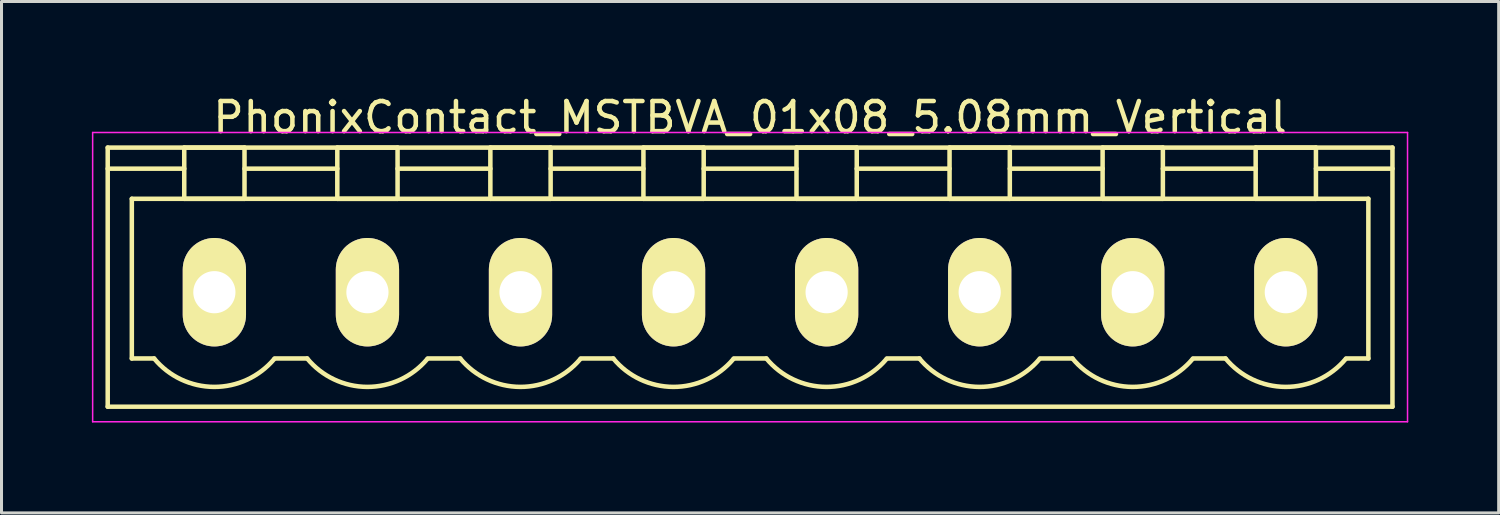
<source format=kicad_pcb>
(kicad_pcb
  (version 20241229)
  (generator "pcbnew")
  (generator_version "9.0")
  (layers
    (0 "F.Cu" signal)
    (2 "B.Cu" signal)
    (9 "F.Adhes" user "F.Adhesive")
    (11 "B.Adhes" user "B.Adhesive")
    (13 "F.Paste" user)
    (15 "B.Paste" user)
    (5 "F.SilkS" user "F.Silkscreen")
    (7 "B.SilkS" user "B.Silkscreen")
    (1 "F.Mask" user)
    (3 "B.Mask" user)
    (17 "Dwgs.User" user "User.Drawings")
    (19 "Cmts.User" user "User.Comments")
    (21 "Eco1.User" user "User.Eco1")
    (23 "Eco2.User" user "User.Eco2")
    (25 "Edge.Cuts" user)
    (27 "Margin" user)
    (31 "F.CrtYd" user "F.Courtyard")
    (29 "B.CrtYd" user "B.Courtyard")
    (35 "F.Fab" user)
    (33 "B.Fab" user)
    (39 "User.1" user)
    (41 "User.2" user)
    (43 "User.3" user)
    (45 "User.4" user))
  (footprint "PhonixContact_MSTBVA_01x08_5.08mm_Vertical"
    (layer "F.Cu")
    (at 4.065 6.648)
    (property "Reference" "PhonixContact_MSTBVA_01x08_5.08mm_Vertical" (at 17.78 -5.8 0) (layer "F.SilkS") (effects (font (size 1 1) (thickness 0.15))))
    (attr through_hole)
    (fp_line (start -3.54 -4.8) (end -3.54 3.8) (stroke (width 0.15) (type solid)) (layer "F.SilkS"))
    (fp_line (start -3.54 -4.1) (end -1 -4.1) (stroke (width 0.15) (type solid)) (layer "F.SilkS"))
    (fp_line (start -3.54 3.8) (end 39.1 3.8) (stroke (width 0.15) (type solid)) (layer "F.SilkS"))
    (fp_line (start -2.74 -3.1) (end 38.3 -3.1) (stroke (width 0.15) (type solid)) (layer "F.SilkS"))
    (fp_line (start -2.74 2.2) (end -2.74 -3.1) (stroke (width 0.15) (type solid)) (layer "F.SilkS"))
    (fp_line (start -2 2.2) (end -2.74 2.2) (stroke (width 0.15) (type solid)) (layer "F.SilkS"))
    (fp_line (start -1 -4.8) (end 1 -4.8) (stroke (width 0.15) (type solid)) (layer "F.SilkS"))
    (fp_line (start -1 -3.1) (end -1 -4.8) (stroke (width 0.15) (type solid)) (layer "F.SilkS"))
    (fp_line (start 1 -4.8) (end 1 -3.1) (stroke (width 0.15) (type solid)) (layer "F.SilkS"))
    (fp_line (start 1 -4.1) (end 4.08 -4.1) (stroke (width 0.15) (type solid)) (layer "F.SilkS"))
    (fp_line (start 1 -3.1) (end -1 -3.1) (stroke (width 0.15) (type solid)) (layer "F.SilkS"))
    (fp_line (start 2 2.2) (end 3.08 2.2) (stroke (width 0.15) (type solid)) (layer "F.SilkS"))
    (fp_line (start 4.08 -4.8) (end 6.08 -4.8) (stroke (width 0.15) (type solid)) (layer "F.SilkS"))
    (fp_line (start 4.08 -3.1) (end 4.08 -4.8) (stroke (width 0.15) (type solid)) (layer "F.SilkS"))
    (fp_line (start 6.08 -4.8) (end 6.08 -3.1) (stroke (width 0.15) (type solid)) (layer "F.SilkS"))
    (fp_line (start 6.08 -4.1) (end 9.16 -4.1) (stroke (width 0.15) (type solid)) (layer "F.SilkS"))
    (fp_line (start 6.08 -3.1) (end 4.08 -3.1) (stroke (width 0.15) (type solid)) (layer "F.SilkS"))
    (fp_line (start 7.08 2.2) (end 8.16 2.2) (stroke (width 0.15) (type solid)) (layer "F.SilkS"))
    (fp_line (start 9.16 -4.8) (end 11.16 -4.8) (stroke (width 0.15) (type solid)) (layer "F.SilkS"))
    (fp_line (start 9.16 -3.1) (end 9.16 -4.8) (stroke (width 0.15) (type solid)) (layer "F.SilkS"))
    (fp_line (start 11.16 -4.8) (end 11.16 -3.1) (stroke (width 0.15) (type solid)) (layer "F.SilkS"))
    (fp_line (start 11.16 -4.1) (end 14.24 -4.1) (stroke (width 0.15) (type solid)) (layer "F.SilkS"))
    (fp_line (start 11.16 -3.1) (end 9.16 -3.1) (stroke (width 0.15) (type solid)) (layer "F.SilkS"))
    (fp_line (start 12.16 2.2) (end 13.24 2.2) (stroke (width 0.15) (type solid)) (layer "F.SilkS"))
    (fp_line (start 14.24 -4.8) (end 16.24 -4.8) (stroke (width 0.15) (type solid)) (layer "F.SilkS"))
    (fp_line (start 14.24 -3.1) (end 14.24 -4.8) (stroke (width 0.15) (type solid)) (layer "F.SilkS"))
    (fp_line (start 16.24 -4.8) (end 16.24 -3.1) (stroke (width 0.15) (type solid)) (layer "F.SilkS"))
    (fp_line (start 16.24 -4.1) (end 19.32 -4.1) (stroke (width 0.15) (type solid)) (layer "F.SilkS"))
    (fp_line (start 16.24 -3.1) (end 14.24 -3.1) (stroke (width 0.15) (type solid)) (layer "F.SilkS"))
    (fp_line (start 17.24 2.2) (end 18.32 2.2) (stroke (width 0.15) (type solid)) (layer "F.SilkS"))
    (fp_line (start 19.32 -4.8) (end 21.32 -4.8) (stroke (width 0.15) (type solid)) (layer "F.SilkS"))
    (fp_line (start 19.32 -3.1) (end 19.32 -4.8) (stroke (width 0.15) (type solid)) (layer "F.SilkS"))
    (fp_line (start 21.32 -4.8) (end 21.32 -3.1) (stroke (width 0.15) (type solid)) (layer "F.SilkS"))
    (fp_line (start 21.32 -4.1) (end 24.4 -4.1) (stroke (width 0.15) (type solid)) (layer "F.SilkS"))
    (fp_line (start 21.32 -3.1) (end 19.32 -3.1) (stroke (width 0.15) (type solid)) (layer "F.SilkS"))
    (fp_line (start 22.32 2.2) (end 23.4 2.2) (stroke (width 0.15) (type solid)) (layer "F.SilkS"))
    (fp_line (start 24.4 -4.8) (end 26.4 -4.8) (stroke (width 0.15) (type solid)) (layer "F.SilkS"))
    (fp_line (start 24.4 -3.1) (end 24.4 -4.8) (stroke (width 0.15) (type solid)) (layer "F.SilkS"))
    (fp_line (start 26.4 -4.8) (end 26.4 -3.1) (stroke (width 0.15) (type solid)) (layer "F.SilkS"))
    (fp_line (start 26.4 -4.1) (end 29.48 -4.1) (stroke (width 0.15) (type solid)) (layer "F.SilkS"))
    (fp_line (start 26.4 -3.1) (end 24.4 -3.1) (stroke (width 0.15) (type solid)) (layer "F.SilkS"))
    (fp_line (start 27.4 2.2) (end 28.48 2.2) (stroke (width 0.15) (type solid)) (layer "F.SilkS"))
    (fp_line (start 29.48 -4.8) (end 31.48 -4.8) (stroke (width 0.15) (type solid)) (layer "F.SilkS"))
    (fp_line (start 29.48 -3.1) (end 29.48 -4.8) (stroke (width 0.15) (type solid)) (layer "F.SilkS"))
    (fp_line (start 31.48 -4.8) (end 31.48 -3.1) (stroke (width 0.15) (type solid)) (layer "F.SilkS"))
    (fp_line (start 31.48 -4.1) (end 34.56 -4.1) (stroke (width 0.15) (type solid)) (layer "F.SilkS"))
    (fp_line (start 31.48 -3.1) (end 29.48 -3.1) (stroke (width 0.15) (type solid)) (layer "F.SilkS"))
    (fp_line (start 32.48 2.2) (end 33.56 2.2) (stroke (width 0.15) (type solid)) (layer "F.SilkS"))
    (fp_line (start 34.56 -4.8) (end 36.56 -4.8) (stroke (width 0.15) (type solid)) (layer "F.SilkS"))
    (fp_line (start 34.56 -3.1) (end 34.56 -4.8) (stroke (width 0.15) (type solid)) (layer "F.SilkS"))
    (fp_line (start 36.56 -4.8) (end 36.56 -3.1) (stroke (width 0.15) (type solid)) (layer "F.SilkS"))
    (fp_line (start 36.56 -3.1) (end 34.56 -3.1) (stroke (width 0.15) (type solid)) (layer "F.SilkS"))
    (fp_line (start 38.3 -3.1) (end 38.3 2.2) (stroke (width 0.15) (type solid)) (layer "F.SilkS"))
    (fp_line (start 38.3 2.2) (end 37.56 2.2) (stroke (width 0.15) (type solid)) (layer "F.SilkS"))
    (fp_line (start 39.1 -4.8) (end -3.54 -4.8) (stroke (width 0.15) (type solid)) (layer "F.SilkS"))
    (fp_line (start 39.1 -4.1) (end 36.56 -4.1) (stroke (width 0.15) (type solid)) (layer "F.SilkS"))
    (fp_line (start 39.1 3.8) (end 39.1 -4.8) (stroke (width 0.15) (type solid)) (layer "F.SilkS"))
    (fp_arc (start 1.986842 2.215821) (mid -0.010289 3.142758) (end -2 2.2) (stroke (width 0.15) (type solid)) (layer "F.SilkS"))
    (fp_arc (start 7.066842 2.215821) (mid 5.069711 3.142758) (end 3.08 2.2) (stroke (width 0.15) (type solid)) (layer "F.SilkS"))
    (fp_arc (start 12.146842 2.215821) (mid 10.149711 3.142758) (end 8.16 2.2) (stroke (width 0.15) (type solid)) (layer "F.SilkS"))
    (fp_arc (start 17.226842 2.215821) (mid 15.229711 3.142758) (end 13.24 2.2) (stroke (width 0.15) (type solid)) (layer "F.SilkS"))
    (fp_arc (start 22.306842 2.215821) (mid 20.309711 3.142758) (end 18.32 2.2) (stroke (width 0.15) (type solid)) (layer "F.SilkS"))
    (fp_arc (start 27.386842 2.215821) (mid 25.389711 3.142758) (end 23.4 2.2) (stroke (width 0.15) (type solid)) (layer "F.SilkS"))
    (fp_arc (start 32.466842 2.215821) (mid 30.469711 3.142758) (end 28.48 2.2) (stroke (width 0.15) (type solid)) (layer "F.SilkS"))
    (fp_arc (start 37.546842 2.215821) (mid 35.549711 3.142758) (end 33.56 2.2) (stroke (width 0.15) (type solid)) (layer "F.SilkS"))
    (fp_line (start -4.04 -5.3) (end -4.04 4.3) (stroke (width 0.05) (type solid)) (layer "F.CrtYd"))
    (fp_line (start -4.04 4.3) (end 39.6 4.3) (stroke (width 0.05) (type solid)) (layer "F.CrtYd"))
    (fp_line (start 39.6 -5.3) (end -4.04 -5.3) (stroke (width 0.05) (type solid)) (layer "F.CrtYd"))
    (fp_line (start 39.6 4.3) (end 39.6 -5.3) (stroke (width 0.05) (type solid)) (layer "F.CrtYd"))
    (pad "1" thru_hole oval (at 0 0) (size 2.1 3.6) (drill 1.4) (layers "*.Cu" "*.Mask" "F.SilkS"))
    (pad "2" thru_hole oval (at 5.08 0) (size 2.1 3.6) (drill 1.4) (layers "*.Cu" "*.Mask" "F.SilkS"))
    (pad "3" thru_hole oval (at 10.16 0) (size 2.1 3.6) (drill 1.4) (layers "*.Cu" "*.Mask" "F.SilkS"))
    (pad "4" thru_hole oval (at 15.24 0) (size 2.1 3.6) (drill 1.4) (layers "*.Cu" "*.Mask" "F.SilkS"))
    (pad "5" thru_hole oval (at 20.32 0) (size 2.1 3.6) (drill 1.4) (layers "*.Cu" "*.Mask" "F.SilkS"))
    (pad "6" thru_hole oval (at 25.4 0) (size 2.1 3.6) (drill 1.4) (layers "*.Cu" "*.Mask" "F.SilkS"))
    (pad "7" thru_hole oval (at 30.48 0) (size 2.1 3.6) (drill 1.4) (layers "*.Cu" "*.Mask" "F.SilkS"))
    (pad "8" thru_hole oval (at 35.56 0) (size 2.1 3.6) (drill 1.4) (layers "*.Cu" "*.Mask" "F.SilkS")))
  (gr_rect
    (start -3 -3)
    (end 46.69 13.973)
    (stroke (width 0.1) (type default))
    (fill no)
    (layer "Edge.Cuts")))
</source>
